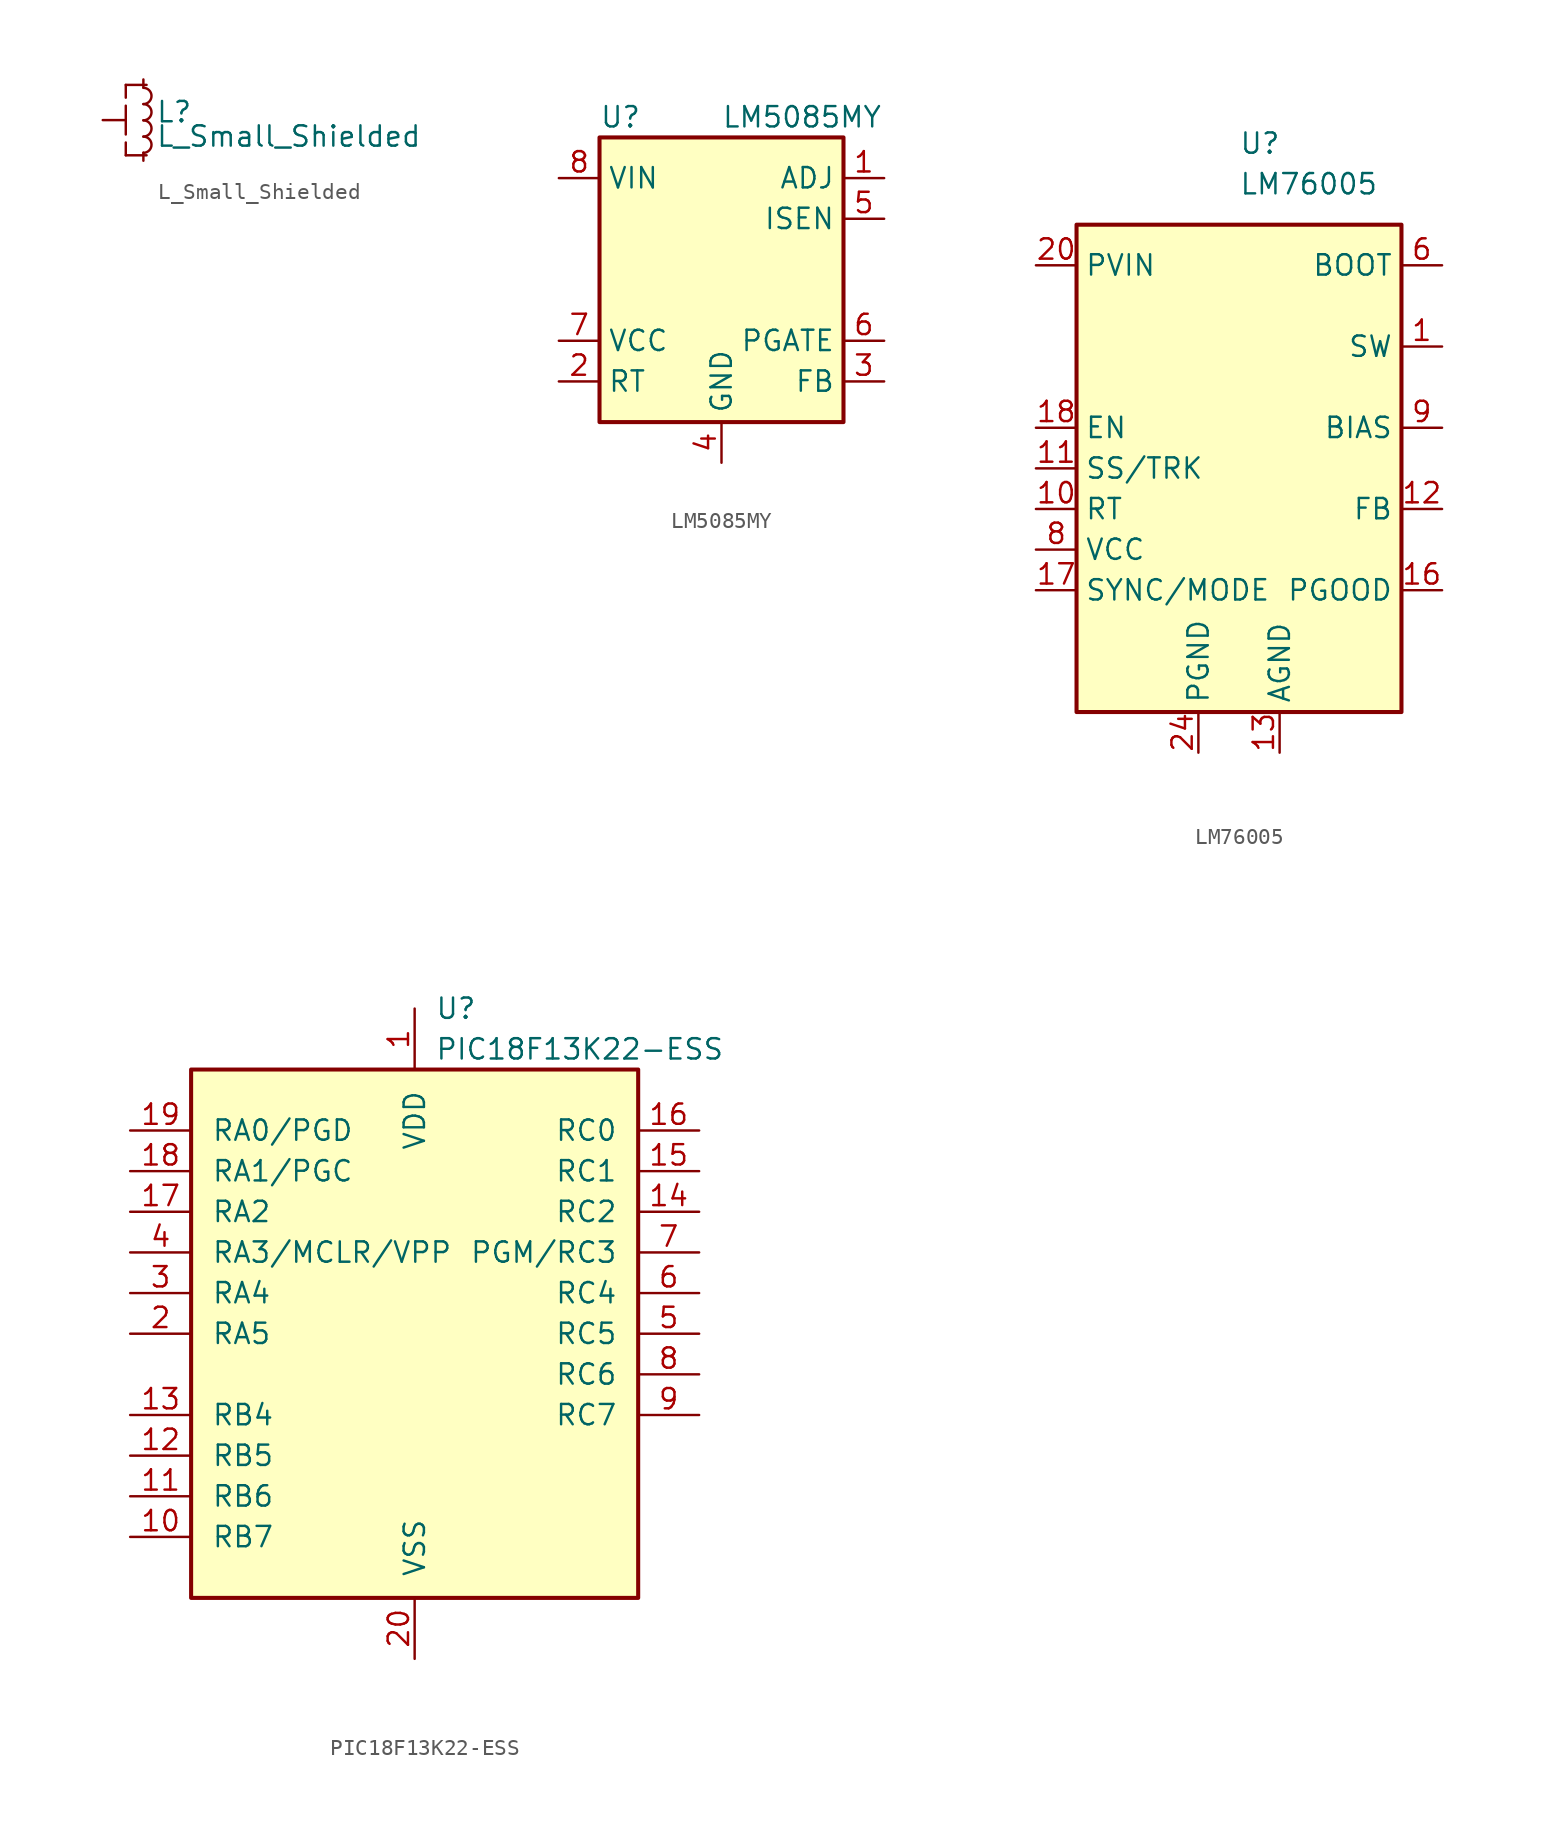
<source format=kicad_sym>
(kicad_symbol_lib
  (version 20220914)
  (generator kicad_symbol_editor)
  (symbol "L_Small_Shielded"
    (pin_numbers hide)
    (pin_names
      (offset 0.254) hide)
    (property "Reference" "L"
      (at 0.762 0.508 0)
      (effects (font (size 1.27 1.27)) (justify left)))
    (property "Value" "L_Small_Shielded"
      (at 0.762 -1.016 0)
      (effects (font (size 1.27 1.27)) (justify left)))
    (symbol "L_Small_Shielded_0_1"
      (arc (start 0 -2.048) (mid 0.5058 -1.54) (end 0 -1.032) (stroke (width 0) (type default)) (fill (type none)))
      (arc (start 0 -1.032) (mid 0.5058 -0.524) (end 0 -0.016) (stroke (width 0) (type default)) (fill (type none)))
      (arc (start 0 -0.016) (mid 0.5058 0.492) (end 0 1) (stroke (width 0) (type default)) (fill (type none)))
      (polyline (pts (xy -1.1 -1.4) (xy -1.1 -2.2)) (stroke (width 0.152) (type default)) (fill (type none)))
      (polyline (pts (xy -1.1 0.9) (xy -1.1 -0.9)) (stroke (width 0.152) (type default)) (fill (type none)))
      (polyline (pts (xy -1.1 2.2) (xy -1.1 1.4)) (stroke (width 0.152) (type default)) (fill (type none)))
      (polyline (pts (xy 0.2 -2.2) (xy -1.1 -2.2)) (stroke (width 0.152) (type default)) (fill (type none)))
      (polyline (pts (xy 0.2 2.2) (xy -1.1 2.2)) (stroke (width 0.152) (type default)) (fill (type none)))
      (arc (start 0 1) (mid 0.5058 1.508) (end 0 2.016) (stroke (width 0) (type default)) (fill (type none))))
    (symbol "L_Small_Shielded_1_1"
      (pin passive line (at 0 2.54 270) (length 0.508) (name "~" (effects (font (size 1.27 1.27)))) (number "1" (effects (font (size 1.27 1.27)))))
      (pin passive line (at -2.54 0 0) (length 1.4) (name "~" (effects (font (size 1.27 1.27)))) (number "2" (effects (font (size 1.27 1.27)))))
      (pin passive line (at 0 -2.54 90) (length 0.508) (name "~" (effects (font (size 1.27 1.27)))) (number "3" (effects (font (size 1.27 1.27)))))
      (pin passive line (at -2.54 0 0) (length 1.4) hide (name "~" (effects (font (size 1.27 1.27)))) (number "4" (effects (font (size 1.27 1.27)))))))
  (symbol "LM5085MY"
    (property "Reference" "U"
      (at -7.62 10.16 0)
      (effects (font (size 1.27 1.27)) (justify left)))
    (property "Value" "LM5085MY"
      (at 0 10.16 0)
      (effects (font (size 1.27 1.27)) (justify left)))
    (symbol "LM5085MY_0_1"
      (rectangle (start -7.62 8.89) (end 7.62 -8.89) (stroke (width 0.254) (type default)) (fill (type background))))
    (symbol "LM5085MY_1_1"
      (pin input line (at 10.16 6.35 180) (length 2.54) (name "ADJ" (effects (font (size 1.27 1.27)))) (number "1" (effects (font (size 1.27 1.27)))))
      (pin input line (at -10.16 -6.35 0) (length 2.54) (name "RT" (effects (font (size 1.27 1.27)))) (number "2" (effects (font (size 1.27 1.27)))))
      (pin input line (at 10.16 -6.35 180) (length 2.54) (name "FB" (effects (font (size 1.27 1.27)))) (number "3" (effects (font (size 1.27 1.27)))))
      (pin power_in line (at 0 -11.43 90) (length 2.54) (name "GND" (effects (font (size 1.27 1.27)))) (number "4" (effects (font (size 1.27 1.27)))))
      (pin input line (at 10.16 3.81 180) (length 2.54) (name "ISEN" (effects (font (size 1.27 1.27)))) (number "5" (effects (font (size 1.27 1.27)))))
      (pin output line (at 10.16 -3.81 180) (length 2.54) (name "PGATE" (effects (font (size 1.27 1.27)))) (number "6" (effects (font (size 1.27 1.27)))))
      (pin output line (at -10.16 -3.81 0) (length 2.54) (name "VCC" (effects (font (size 1.27 1.27)))) (number "7" (effects (font (size 1.27 1.27)))))
      (pin power_in line (at -10.16 6.35 0) (length 2.54) (name "VIN" (effects (font (size 1.27 1.27)))) (number "8" (effects (font (size 1.27 1.27)))))
      (pin power_in line (at 0 -11.43 90) (length 2.54) hide (name "PPAD" (effects (font (size 1.27 1.27)))) (number "9" (effects (font (size 1.27 1.27)))))))
  (symbol "LM76005"
    (property "Reference" "U"
      (at 0 20.32 0)
      (effects (font (size 1.27 1.27)) (justify left)))
    (property "Value" "LM76005"
      (at 0 17.78 0)
      (effects (font (size 1.27 1.27)) (justify left)))
    (symbol "LM76005_0_1"
      (rectangle (start -10.16 15.24) (end 10.16 -15.24) (stroke (width 0.254) (type default)) (fill (type background))))
    (symbol "LM76005_1_0"
      (pin output line (at -12.7 -2.54 0) (length 2.54) (name "RT" (effects (font (size 1.27 1.27)))) (number "10" (effects (font (size 1.27 1.27)))))
      (pin output line (at -12.7 0 0) (length 2.54) (name "SS/TRK" (effects (font (size 1.27 1.27)))) (number "11" (effects (font (size 1.27 1.27)))))
      (pin input line (at 12.7 -2.54 180) (length 2.54) (name "FB" (effects (font (size 1.27 1.27)))) (number "12" (effects (font (size 1.27 1.27)))))
      (pin power_in line (at 2.54 -17.78 90) (length 2.54) (name "AGND" (effects (font (size 1.27 1.27)))) (number "13" (effects (font (size 1.27 1.27)))))
      (pin power_in line (at 2.54 -17.78 90) (length 2.54) hide (name "AGND" (effects (font (size 1.27 1.27)))) (number "14" (effects (font (size 1.27 1.27)))))
      (pin power_in line (at 2.54 -17.78 90) (length 2.54) hide (name "AGND" (effects (font (size 1.27 1.27)))) (number "15" (effects (font (size 1.27 1.27)))))
      (pin open_collector line (at 12.7 -7.62 180) (length 2.54) (name "PGOOD" (effects (font (size 1.27 1.27)))) (number "16" (effects (font (size 1.27 1.27)))))
      (pin input line (at -12.7 -7.62 0) (length 2.54) (name "SYNC/MODE" (effects (font (size 1.27 1.27)))) (number "17" (effects (font (size 1.27 1.27)))))
      (pin input line (at -12.7 2.54 0) (length 2.54) (name "EN" (effects (font (size 1.27 1.27)))) (number "18" (effects (font (size 1.27 1.27)))))
      (pin unspecified line (at 2.54 -17.78 90) (length 2.54) hide (name "NC(GND)" (effects (font (size 1.27 1.27)))) (number "19" (effects (font (size 1.27 1.27)))))
      (pin power_out line (at 12.7 7.62 180) (length 2.54) hide (name "SW" (effects (font (size 1.27 1.27)))) (number "2" (effects (font (size 1.27 1.27)))))
      (pin power_in line (at -12.7 12.7 0) (length 2.54) (name "PVIN" (effects (font (size 1.27 1.27)))) (number "20" (effects (font (size 1.27 1.27)))))
      (pin power_in line (at -12.7 12.7 0) (length 2.54) hide (name "PVIN" (effects (font (size 1.27 1.27)))) (number "21" (effects (font (size 1.27 1.27)))))
      (pin power_in line (at -12.7 12.7 0) (length 2.54) hide (name "PVIN" (effects (font (size 1.27 1.27)))) (number "22" (effects (font (size 1.27 1.27)))))
      (pin no_connect line (at 7.62 -17.78 90) (length 2.54) hide (name "NC" (effects (font (size 1.27 1.27)))) (number "23" (effects (font (size 1.27 1.27)))))
      (pin power_in line (at -2.54 -17.78 90) (length 2.54) (name "PGND" (effects (font (size 1.27 1.27)))) (number "24" (effects (font (size 1.27 1.27)))))
      (pin power_in line (at -2.54 -17.78 90) (length 2.54) hide (name "PGND" (effects (font (size 1.27 1.27)))) (number "25" (effects (font (size 1.27 1.27)))))
      (pin power_in line (at -2.54 -17.78 90) (length 2.54) hide (name "PGND" (effects (font (size 1.27 1.27)))) (number "26" (effects (font (size 1.27 1.27)))))
      (pin unspecified line (at 2.54 -17.78 90) (length 2.54) hide (name "NC(GND)" (effects (font (size 1.27 1.27)))) (number "27" (effects (font (size 1.27 1.27)))))
      (pin unspecified line (at 2.54 -17.78 90) (length 2.54) hide (name "NC(GND)" (effects (font (size 1.27 1.27)))) (number "28" (effects (font (size 1.27 1.27)))))
      (pin unspecified line (at 2.54 -17.78 90) (length 2.54) hide (name "NC(GND)" (effects (font (size 1.27 1.27)))) (number "29" (effects (font (size 1.27 1.27)))))
      (pin power_out line (at 12.7 7.62 180) (length 2.54) hide (name "SW" (effects (font (size 1.27 1.27)))) (number "3" (effects (font (size 1.27 1.27)))))
      (pin unspecified line (at 2.54 -17.78 90) (length 2.54) hide (name "NC(GND)" (effects (font (size 1.27 1.27)))) (number "30" (effects (font (size 1.27 1.27)))))
      (pin power_in line (at 2.54 -17.78 90) (length 2.54) hide (name "PPAD" (effects (font (size 1.27 1.27)))) (number "31" (effects (font (size 1.27 1.27)))))
      (pin power_out line (at 12.7 7.62 180) (length 2.54) hide (name "SW" (effects (font (size 1.27 1.27)))) (number "4" (effects (font (size 1.27 1.27)))))
      (pin power_out line (at 12.7 7.62 180) (length 2.54) hide (name "SW" (effects (font (size 1.27 1.27)))) (number "5" (effects (font (size 1.27 1.27)))))
      (pin power_out line (at 12.7 12.7 180) (length 2.54) (name "BOOT" (effects (font (size 1.27 1.27)))) (number "6" (effects (font (size 1.27 1.27)))))
      (pin no_connect line (at 7.62 -17.78 90) (length 2.54) hide (name "NC" (effects (font (size 1.27 1.27)))) (number "7" (effects (font (size 1.27 1.27)))))
      (pin power_out line (at -12.7 -5.08 0) (length 2.54) (name "VCC" (effects (font (size 1.27 1.27)))) (number "8" (effects (font (size 1.27 1.27)))))
      (pin input line (at 12.7 2.54 180) (length 2.54) (name "BIAS" (effects (font (size 1.27 1.27)))) (number "9" (effects (font (size 1.27 1.27)))))
      (pin unspecified line (at 2.54 -17.78 90) (length 2.54) hide (name "NC(GND)" (effects (font (size 1.27 1.27)))) (number "9" (effects (font (size 1.27 1.27))))))
    (symbol "LM76005_1_1"
      (pin power_out line (at 12.7 7.62 180) (length 2.54) (name "SW" (effects (font (size 1.27 1.27)))) (number "1" (effects (font (size 1.27 1.27)))))))
  (symbol "PIC18F13K22-ESS"
    (pin_names
      (offset 1.27))
    (property "Reference" "U"
      (at 1.27 20.32 0)
      (effects (font (size 1.27 1.27)) (justify left)))
    (property "Value" "PIC18F13K22-ESS"
      (at 1.27 17.78 0)
      (effects (font (size 1.27 1.27)) (justify left)))
    (symbol "PIC18F13K22-ESS_0_1"
      (rectangle (start -13.97 16.51) (end 13.97 -16.51) (stroke (width 0.254) (type default)) (fill (type background))))
    (symbol "PIC18F13K22-ESS_1_1"
      (pin power_in line (at 0 20.32 270) (length 3.81) (name "VDD" (effects (font (size 1.27 1.27)))) (number "1" (effects (font (size 1.27 1.27)))))
      (pin bidirectional line (at -17.78 -12.7 0) (length 3.81) (name "RB7" (effects (font (size 1.27 1.27)))) (number "10" (effects (font (size 1.27 1.27)))))
      (pin bidirectional line (at -17.78 -10.16 0) (length 3.81) (name "RB6" (effects (font (size 1.27 1.27)))) (number "11" (effects (font (size 1.27 1.27)))))
      (pin bidirectional line (at -17.78 -7.62 0) (length 3.81) (name "RB5" (effects (font (size 1.27 1.27)))) (number "12" (effects (font (size 1.27 1.27)))))
      (pin bidirectional line (at -17.78 -5.08 0) (length 3.81) (name "RB4" (effects (font (size 1.27 1.27)))) (number "13" (effects (font (size 1.27 1.27)))))
      (pin bidirectional line (at 17.78 7.62 180) (length 3.81) (name "RC2" (effects (font (size 1.27 1.27)))) (number "14" (effects (font (size 1.27 1.27)))))
      (pin bidirectional line (at 17.78 10.16 180) (length 3.81) (name "RC1" (effects (font (size 1.27 1.27)))) (number "15" (effects (font (size 1.27 1.27)))))
      (pin bidirectional line (at 17.78 12.7 180) (length 3.81) (name "RC0" (effects (font (size 1.27 1.27)))) (number "16" (effects (font (size 1.27 1.27)))))
      (pin bidirectional line (at -17.78 7.62 0) (length 3.81) (name "RA2" (effects (font (size 1.27 1.27)))) (number "17" (effects (font (size 1.27 1.27)))))
      (pin bidirectional line (at -17.78 10.16 0) (length 3.81) (name "RA1/PGC" (effects (font (size 1.27 1.27)))) (number "18" (effects (font (size 1.27 1.27)))))
      (pin bidirectional line (at -17.78 12.7 0) (length 3.81) (name "RA0/PGD" (effects (font (size 1.27 1.27)))) (number "19" (effects (font (size 1.27 1.27)))))
      (pin bidirectional line (at -17.78 0 0) (length 3.81) (name "RA5" (effects (font (size 1.27 1.27)))) (number "2" (effects (font (size 1.27 1.27)))))
      (pin power_in line (at 0 -20.32 90) (length 3.81) (name "VSS" (effects (font (size 1.27 1.27)))) (number "20" (effects (font (size 1.27 1.27)))))
      (pin bidirectional line (at -17.78 2.54 0) (length 3.81) (name "RA4" (effects (font (size 1.27 1.27)))) (number "3" (effects (font (size 1.27 1.27)))))
      (pin input line (at -17.78 5.08 0) (length 3.81) (name "RA3/MCLR/VPP" (effects (font (size 1.27 1.27)))) (number "4" (effects (font (size 1.27 1.27)))))
      (pin bidirectional line (at 17.78 0 180) (length 3.81) (name "RC5" (effects (font (size 1.27 1.27)))) (number "5" (effects (font (size 1.27 1.27)))))
      (pin bidirectional line (at 17.78 2.54 180) (length 3.81) (name "RC4" (effects (font (size 1.27 1.27)))) (number "6" (effects (font (size 1.27 1.27)))))
      (pin bidirectional line (at 17.78 5.08 180) (length 3.81) (name "PGM/RC3" (effects (font (size 1.27 1.27)))) (number "7" (effects (font (size 1.27 1.27)))))
      (pin bidirectional line (at 17.78 -2.54 180) (length 3.81) (name "RC6" (effects (font (size 1.27 1.27)))) (number "8" (effects (font (size 1.27 1.27)))))
      (pin bidirectional line (at 17.78 -5.08 180) (length 3.81) (name "RC7" (effects (font (size 1.27 1.27)))) (number "9" (effects (font (size 1.27 1.27))))))))
</source>
